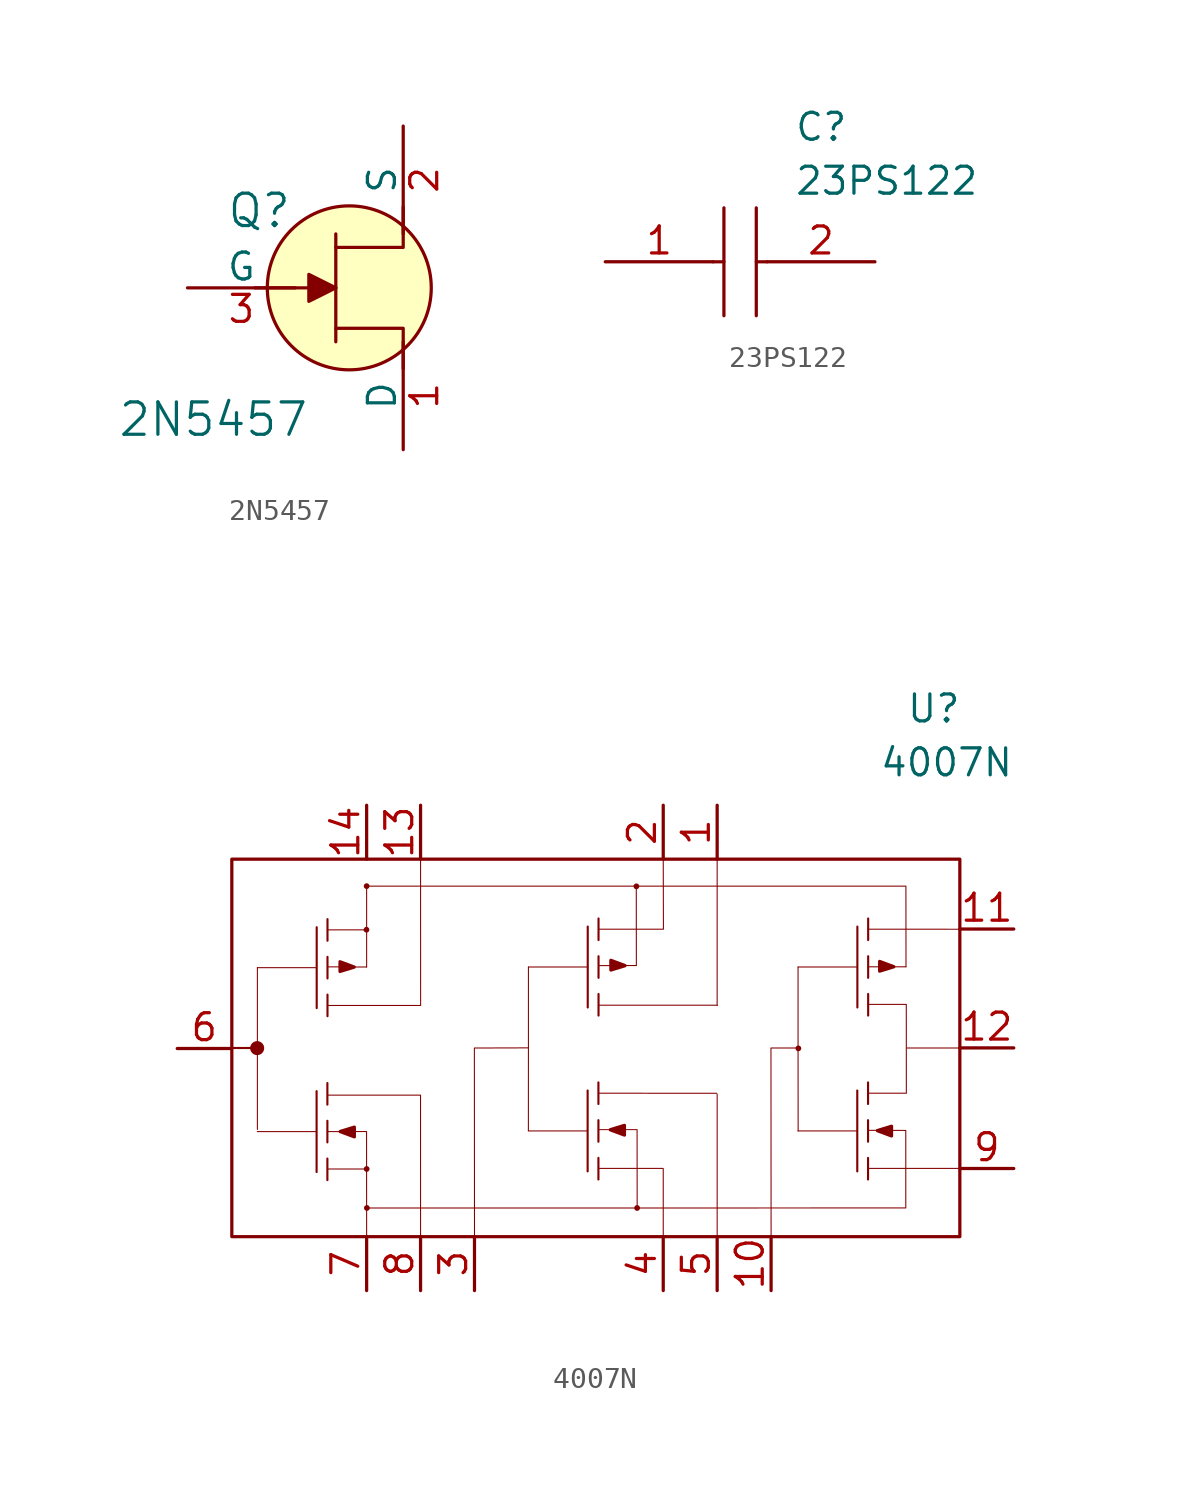
<source format=kicad_sym>
(kicad_symbol_lib
  (version 20220914)
  (generator kicad_symbol_editor)
  (symbol "2N5457"
    (pin_names
      (offset 0))
    (property "Reference" "Q"
      (at -2.692 3.632 0)
      (effects (font (size 1.524 1.524)) (justify right)))
    (property "Value" "2N5457"
      (at -6.401 -6.198 0)
      (effects (font (size 1.524 1.524))))
    (symbol "2N5457_0_1"
      (polyline (pts (xy -0.635 -2.54) (xy -0.635 2.54)) (stroke (width 0) (type default)) (fill (type none)))
      (polyline (pts (xy -0.635 0) (xy -4.445 0)) (stroke (width 0) (type default)) (fill (type none)))
      (polyline (pts (xy -0.635 -1.905) (xy 2.54 -1.905) (xy 2.54 -3.81)) (stroke (width 0) (type default)) (fill (type none)))
      (polyline (pts (xy -0.635 1.905) (xy 2.54 1.905) (xy 2.54 3.81)) (stroke (width 0) (type default)) (fill (type none))))
    (symbol "2N5457_1_1"
      (polyline (pts (xy -1.905 0.635) (xy -1.905 -0.635) (xy -0.635 0) (xy -1.905 0.635)) (stroke (width 0) (type default)) (fill (type outline)))
      (circle (center 0 0) (radius 3.861) (stroke (width 0) (type default)) (fill (type background)))
      (pin passive line (at 2.54 -7.62 90) (length 5.08) (name "D" (effects (font (size 1.27 1.27)))) (number "1" (effects (font (size 1.27 1.27)))))
      (pin passive line (at 2.54 7.62 270) (length 5.08) (name "S" (effects (font (size 1.27 1.27)))) (number "2" (effects (font (size 1.27 1.27)))))
      (pin input line (at -7.62 0 0) (length 5.08) (name "G" (effects (font (size 1.27 1.27)))) (number "3" (effects (font (size 1.27 1.27)))))))
  (symbol "23PS122"
    (pin_names
      (offset 0.762))
    (property "Reference" "C"
      (at 8.89 6.35 0)
      (effects (font (size 1.27 1.27)) (justify left)))
    (property "Value" "23PS122"
      (at 8.89 3.81 0)
      (effects (font (size 1.27 1.27)) (justify left)))
    (symbol "23PS122_0_0"
      (pin passive line (at 0 0 0) (length 5.08) (name "~" (effects (font (size 1.27 1.27)))) (number "1" (effects (font (size 1.27 1.27)))))
      (pin passive line (at 12.7 0 180) (length 5.08) (name "~" (effects (font (size 1.27 1.27)))) (number "2" (effects (font (size 1.27 1.27))))))
    (symbol "23PS122_0_1"
      (polyline (pts (xy 5.08 0) (xy 5.588 0)) (stroke (width 0.152) (type default)) (fill (type none)))
      (polyline (pts (xy 5.588 2.54) (xy 5.588 -2.54)) (stroke (width 0.152) (type default)) (fill (type none)))
      (polyline (pts (xy 7.112 0) (xy 7.62 0)) (stroke (width 0.152) (type default)) (fill (type none)))
      (polyline (pts (xy 7.112 2.54) (xy 7.112 -2.54)) (stroke (width 0.152) (type default)) (fill (type none)))))
  (symbol "4007N"
    (pin_names
      (offset 1.016) hide)
    (property "Reference" "U"
      (at 13.97 15.24 0)
      (effects (font (size 1.27 1.27)) (justify left bottom)))
    (property "Value" "4007N"
      (at 12.7 12.7 0)
      (effects (font (size 1.27 1.27)) (justify left bottom)))
    (symbol "4007N_0_1"
      (circle (center -16.586 -0.01) (radius 0.254) (stroke (width 0) (type default)) (fill (type outline)))
      (circle (center -11.438 5.566) (radius 0.06) (stroke (width 0) (type default)) (fill (type outline)))
      (circle (center -11.43 7.62) (radius 0.06) (stroke (width 0) (type default)) (fill (type outline)))
      (circle (center -11.428 -5.702) (radius 0.06) (stroke (width 0) (type default)) (fill (type outline)))
      (circle (center -11.418 -7.539) (radius 0.06) (stroke (width 0) (type default)) (fill (type outline)))
      (polyline (pts (xy -13.787 -3.941) (xy -16.581 -3.941)) (stroke (width 0.05) (type default)) (fill (type none)))
      (polyline (pts (xy -13.787 -2.036) (xy -13.787 -5.846)) (stroke (width 0.1) (type default)) (fill (type none)))
      (polyline (pts (xy -13.782 3.78) (xy -16.576 3.78)) (stroke (width 0.05) (type default)) (fill (type none)))
      (polyline (pts (xy -13.782 5.685) (xy -13.782 1.875)) (stroke (width 0.1) (type default)) (fill (type none)))
      (polyline (pts (xy -13.279 -5.211) (xy -13.279 -6.227)) (stroke (width 0.1) (type default)) (fill (type none)))
      (polyline (pts (xy -13.279 -3.433) (xy -13.279 -4.449)) (stroke (width 0.1) (type default)) (fill (type none)))
      (polyline (pts (xy -13.279 -1.655) (xy -13.279 -2.671)) (stroke (width 0.1) (type default)) (fill (type none)))
      (polyline (pts (xy -13.274 2.51) (xy -13.274 1.494)) (stroke (width 0.1) (type default)) (fill (type none)))
      (polyline (pts (xy -13.274 4.288) (xy -13.274 3.272)) (stroke (width 0.1) (type default)) (fill (type none)))
      (polyline (pts (xy -13.274 6.066) (xy -13.274 5.05)) (stroke (width 0.1) (type default)) (fill (type none)))
      (polyline (pts (xy -11.43 3.81) (xy -13.267 3.818)) (stroke (width 0.05) (type default)) (fill (type none)))
      (polyline (pts (xy -1.021 -3.911) (xy -3.815 -3.911)) (stroke (width 0.05) (type default)) (fill (type none)))
      (polyline (pts (xy -1.021 -2.006) (xy -1.021 -5.816)) (stroke (width 0.1) (type default)) (fill (type none)))
      (polyline (pts (xy -1.016 3.81) (xy -3.81 3.81)) (stroke (width 0.05) (type default)) (fill (type none)))
      (polyline (pts (xy -1.016 5.715) (xy -1.016 1.905)) (stroke (width 0.1) (type default)) (fill (type none)))
      (polyline (pts (xy -0.513 -5.181) (xy -0.513 -6.197)) (stroke (width 0.1) (type default)) (fill (type none)))
      (polyline (pts (xy -0.513 -3.403) (xy -0.513 -4.419)) (stroke (width 0.1) (type default)) (fill (type none)))
      (polyline (pts (xy -0.513 -1.625) (xy -0.513 -2.641)) (stroke (width 0.1) (type default)) (fill (type none)))
      (polyline (pts (xy -0.508 2.54) (xy -0.508 1.524)) (stroke (width 0.1) (type default)) (fill (type none)))
      (polyline (pts (xy -0.508 4.318) (xy -0.508 3.302)) (stroke (width 0.1) (type default)) (fill (type none)))
      (polyline (pts (xy -0.508 6.096) (xy -0.508 5.08)) (stroke (width 0.1) (type default)) (fill (type none)))
      (polyline (pts (xy 2.54 -8.89) (xy 2.54 -5.69)) (stroke (width 0.05) (type default)) (fill (type none)))
      (polyline (pts (xy 2.549 5.595) (xy 2.54 8.89)) (stroke (width 0.05) (type default)) (fill (type none)))
      (polyline (pts (xy 5.079 1.998) (xy 5.08 8.89)) (stroke (width 0.05) (type default)) (fill (type none)))
      (polyline (pts (xy 5.08 -2.177) (xy 5.08 -8.89)) (stroke (width 0.05) (type default)) (fill (type none)))
      (polyline (pts (xy 11.679 -3.911) (xy 8.885 -3.911)) (stroke (width 0.05) (type default)) (fill (type none)))
      (polyline (pts (xy 11.679 -2.006) (xy 11.679 -5.816)) (stroke (width 0.1) (type default)) (fill (type none)))
      (polyline (pts (xy 11.684 3.81) (xy 8.89 3.81)) (stroke (width 0.05) (type default)) (fill (type none)))
      (polyline (pts (xy 11.684 5.715) (xy 11.684 1.905)) (stroke (width 0.1) (type default)) (fill (type none)))
      (polyline (pts (xy 12.187 -5.181) (xy 12.187 -6.197)) (stroke (width 0.1) (type default)) (fill (type none)))
      (polyline (pts (xy 12.187 -3.403) (xy 12.187 -4.419)) (stroke (width 0.1) (type default)) (fill (type none)))
      (polyline (pts (xy 12.187 -1.625) (xy 12.187 -2.641)) (stroke (width 0.1) (type default)) (fill (type none)))
      (polyline (pts (xy 12.192 2.54) (xy 12.192 1.524)) (stroke (width 0.1) (type default)) (fill (type none)))
      (polyline (pts (xy 12.192 4.318) (xy 12.192 3.302)) (stroke (width 0.1) (type default)) (fill (type none)))
      (polyline (pts (xy 12.192 6.096) (xy 12.192 5.08)) (stroke (width 0.1) (type default)) (fill (type none)))
      (polyline (pts (xy -11.43 -8.89) (xy -11.434 -3.939) (xy -13.279 -3.941)) (stroke (width 0.05) (type default)) (fill (type none)))
      (polyline (pts (xy -8.89 8.89) (xy -8.887 1.999) (xy -13.225 2)) (stroke (width 0.05) (type default)) (fill (type none)))
      (polyline (pts (xy -3.803 0.002) (xy -6.356 -0.005) (xy -6.35 -8.89)) (stroke (width 0.05) (type default)) (fill (type none)))
      (polyline (pts (xy 8.888 -0.004) (xy 7.614 -0.004) (xy 7.62 -8.89)) (stroke (width 0.05) (type default)) (fill (type none)))
      (polyline (pts (xy -12.676 -3.941) (xy -12.008 -4.189) (xy -12.009 -3.731) (xy -12.676 -3.935)) (stroke (width 0) (type default)) (fill (type outline)))
      (polyline (pts (xy -12.017 3.811) (xy -12.684 4.059) (xy -12.684 3.602) (xy -12.017 3.805)) (stroke (width 0) (type default)) (fill (type outline)))
      (polyline (pts (xy 0.046 -3.858) (xy 0.713 -4.106) (xy 0.712 -3.648) (xy 0.046 -3.852)) (stroke (width 0) (type default)) (fill (type outline)))
      (polyline (pts (xy 0.74 3.878) (xy 0.073 4.126) (xy 0.074 3.668) (xy 0.74 3.872)) (stroke (width 0) (type default)) (fill (type outline)))
      (polyline (pts (xy 12.626 -3.898) (xy 13.293 -4.147) (xy 13.293 -3.689) (xy 12.626 -3.893)) (stroke (width 0) (type default)) (fill (type outline)))
      (polyline (pts (xy 13.4 3.826) (xy 12.733 4.074) (xy 12.733 3.616) (xy 13.4 3.821)) (stroke (width 0) (type default)) (fill (type outline)))
      (circle (center 1.276 7.611) (radius 0.06) (stroke (width 0) (type default)) (fill (type outline)))
      (circle (center 1.31 -7.539) (radius 0.06) (stroke (width 0) (type default)) (fill (type outline)))
      (circle (center 8.905 -0.021) (radius 0.06) (stroke (width 0) (type default)) (fill (type outline))))
    (symbol "4007N_1_1"
      (polyline (pts (xy -17.795 -0.004) (xy -16.607 -0.004)) (stroke (width 0.1) (type default)) (fill (type none)))
      (polyline (pts (xy -11.492 -5.704) (xy -13.277 -5.704)) (stroke (width 0.05) (type default)) (fill (type none)))
      (polyline (pts (xy -11.474 5.561) (xy -13.266 5.561)) (stroke (width 0.05) (type default)) (fill (type none)))
      (polyline (pts (xy -0.506 3.878) (xy 1.27 3.879)) (stroke (width 0.05) (type default)) (fill (type none)))
      (polyline (pts (xy 1.27 7.62) (xy 1.274 3.881)) (stroke (width 0.05) (type default)) (fill (type none)))
      (polyline (pts (xy 2.525 5.591) (xy -0.5 5.591)) (stroke (width 0.05) (type default)) (fill (type none)))
      (polyline (pts (xy 2.526 -5.676) (xy -0.511 -5.675)) (stroke (width 0.05) (type default)) (fill (type none)))
      (polyline (pts (xy 5.059 -2.137) (xy -0.514 -2.133)) (stroke (width 0.05) (type default)) (fill (type none)))
      (polyline (pts (xy 5.087 2.012) (xy -0.481 2.012)) (stroke (width 0.05) (type default)) (fill (type none)))
      (polyline (pts (xy 12.239 3.821) (xy 13.963 3.821)) (stroke (width 0.05) (type default)) (fill (type outline)))
      (polyline (pts (xy 13.981 2.05) (xy 12.198 2.05)) (stroke (width 0.05) (type default)) (fill (type none)))
      (polyline (pts (xy 13.99 -2.11) (xy 13.988 2.035)) (stroke (width 0.05) (type default)) (fill (type none)))
      (polyline (pts (xy 13.991 -2.133) (xy 12.185 -2.133)) (stroke (width 0.05) (type default)) (fill (type none)))
      (polyline (pts (xy 16.462 -5.674) (xy 12.189 -5.675)) (stroke (width 0.05) (type default)) (fill (type none)))
      (polyline (pts (xy 16.519 5.59) (xy 12.2 5.591)) (stroke (width 0.05) (type default)) (fill (type none)))
      (polyline (pts (xy 16.523 -0.005) (xy 14.022 -0.005)) (stroke (width 0.05) (type default)) (fill (type none)))
      (polyline (pts (xy -16.576 3.78) (xy -16.576 -0.03) (xy -16.576 -3.84)) (stroke (width 0.05) (type default)) (fill (type none)))
      (polyline (pts (xy -13.275 -2.223) (xy -8.891 -2.223) (xy -8.89 -8.89)) (stroke (width 0.05) (type default)) (fill (type none)))
      (polyline (pts (xy -3.81 3.81) (xy -3.81 0) (xy -3.812 -3.897)) (stroke (width 0.05) (type default)) (fill (type none)))
      (polyline (pts (xy -0.522 -3.849) (xy 1.308 -3.849) (xy 1.312 -7.492)) (stroke (width 0.05) (type default)) (fill (type none)))
      (polyline (pts (xy 8.89 3.81) (xy 8.89 0) (xy 8.894 -3.91)) (stroke (width 0.05) (type default)) (fill (type none)))
      (polyline (pts (xy -11.495 -7.54) (xy 13.964 -7.538) (xy 13.964 -3.887) (xy 12.214 -3.882)) (stroke (width 0.05) (type default)) (fill (type none)))
      (polyline (pts (xy -11.43 3.81) (xy -11.43 7.62) (xy 13.97 7.62) (xy 13.974 3.815)) (stroke (width 0.05) (type default)) (fill (type none)))
      (polyline (pts (xy -17.78 8.89) (xy 16.51 8.89) (xy 16.51 -8.89) (xy -17.78 -8.89) (xy -17.78 8.89)) (stroke (width 0) (type default)) (fill (type none)))
      (pin passive line (at 5.08 11.43 270) (length 2.54) (name "DrainQ2" (effects (font (size 1.27 1.27)))) (number "1" (effects (font (size 1.27 1.27)))))
      (pin input line (at 7.62 -11.43 90) (length 2.54) (name "G" (effects (font (size 1.27 1.27)))) (number "10" (effects (font (size 1.27 1.27)))))
      (pin passive line (at 19.05 5.6 180) (length 2.54) (name "SourceQ2" (effects (font (size 1.27 1.27)))) (number "11" (effects (font (size 1.27 1.27)))))
      (pin passive line (at 19.05 0 180) (length 2.54) (name "DrainQ2" (effects (font (size 1.27 1.27)))) (number "12" (effects (font (size 1.27 1.27)))))
      (pin output line (at -8.89 11.43 270) (length 2.54) (name "DrainQ1" (effects (font (size 1.27 1.27)))) (number "13" (effects (font (size 1.27 1.27)))))
      (pin passive line (at -11.43 11.43 270) (length 2.54) (name "D" (effects (font (size 1.27 1.27)))) (number "14" (effects (font (size 1.27 1.27)))))
      (pin passive line (at 2.54 11.43 270) (length 2.54) (name "SourceQ2" (effects (font (size 1.27 1.27)))) (number "2" (effects (font (size 1.27 1.27)))))
      (pin input line (at -6.35 -11.43 90) (length 2.54) (name "G" (effects (font (size 1.27 1.27)))) (number "3" (effects (font (size 1.27 1.27)))))
      (pin passive line (at 2.54 -11.43 90) (length 2.54) (name "SourceQ2" (effects (font (size 1.27 1.27)))) (number "4" (effects (font (size 1.27 1.27)))))
      (pin passive line (at 5.08 -11.43 90) (length 2.54) (name "DrainQ2" (effects (font (size 1.27 1.27)))) (number "5" (effects (font (size 1.27 1.27)))))
      (pin input line (at -20.351 -0.028 0) (length 2.54) (name "G" (effects (font (size 1.27 1.27)))) (number "6" (effects (font (size 1.27 1.27)))))
      (pin passive line (at -11.43 -11.43 90) (length 2.54) (name "S" (effects (font (size 1.27 1.27)))) (number "7" (effects (font (size 1.27 1.27)))))
      (pin output line (at -8.89 -11.43 90) (length 2.54) (name "DrainQ1" (effects (font (size 1.27 1.27)))) (number "8" (effects (font (size 1.27 1.27)))))
      (pin passive line (at 19.05 -5.68 180) (length 2.54) (name "SourceQ2" (effects (font (size 1.27 1.27)))) (number "9" (effects (font (size 1.27 1.27))))))))
</source>
